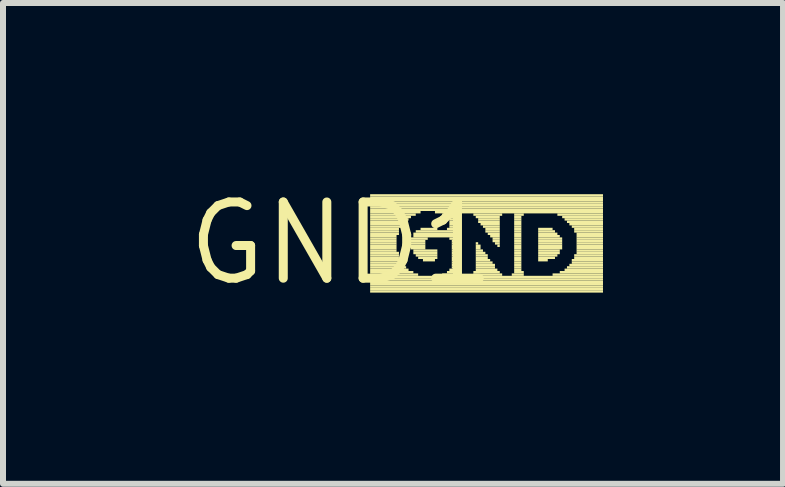
<source format=kicad_pcb>
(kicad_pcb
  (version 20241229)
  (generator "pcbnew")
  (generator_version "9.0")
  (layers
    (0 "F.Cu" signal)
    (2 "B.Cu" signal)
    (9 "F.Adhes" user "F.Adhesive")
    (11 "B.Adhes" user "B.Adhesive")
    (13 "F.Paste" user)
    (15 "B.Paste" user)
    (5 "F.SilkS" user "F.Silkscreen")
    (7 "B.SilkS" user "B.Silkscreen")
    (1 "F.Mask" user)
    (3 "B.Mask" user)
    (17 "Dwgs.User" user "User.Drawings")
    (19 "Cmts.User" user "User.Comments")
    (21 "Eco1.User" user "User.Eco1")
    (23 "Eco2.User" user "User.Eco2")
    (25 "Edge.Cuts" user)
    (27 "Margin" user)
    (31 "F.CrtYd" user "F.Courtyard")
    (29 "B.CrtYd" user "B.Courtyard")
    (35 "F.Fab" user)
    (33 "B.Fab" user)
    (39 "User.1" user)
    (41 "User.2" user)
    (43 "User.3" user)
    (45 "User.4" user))
  (footprint "GND1"
    (layer "F.Cu")
    (at 2.638 1.006)
    (property "Reference" "GND1" (at 0 0 0) (layer "F.SilkS") (effects (font (size 1.27 1.27) (thickness 0.15))))
    (fp_poly (pts (xy 0.48 -0.78) (xy 4.36 -0.78) (xy 4.36 -0.82) (xy 0.48 -0.82)) (stroke (width 0) (type solid)) (fill yes) (layer "F.SilkS"))
    (fp_poly (pts (xy 0.48 -0.74) (xy 4.36 -0.74) (xy 4.36 -0.78) (xy 0.48 -0.78)) (stroke (width 0) (type solid)) (fill yes) (layer "F.SilkS"))
    (fp_poly (pts (xy 0.48 -0.7) (xy 4.36 -0.7) (xy 4.36 -0.74) (xy 0.48 -0.74)) (stroke (width 0) (type solid)) (fill yes) (layer "F.SilkS"))
    (fp_poly (pts (xy 0.48 -0.66) (xy 4.36 -0.66) (xy 4.36 -0.7) (xy 0.48 -0.7)) (stroke (width 0) (type solid)) (fill yes) (layer "F.SilkS"))
    (fp_poly (pts (xy 0.48 -0.62) (xy 4.36 -0.62) (xy 4.36 -0.66) (xy 0.48 -0.66)) (stroke (width 0) (type solid)) (fill yes) (layer "F.SilkS"))
    (fp_poly (pts (xy 0.48 -0.58) (xy 4.36 -0.58) (xy 4.36 -0.62) (xy 0.48 -0.62)) (stroke (width 0) (type solid)) (fill yes) (layer "F.SilkS"))
    (fp_poly (pts (xy 0.48 -0.54) (xy 4.36 -0.54) (xy 4.36 -0.58) (xy 0.48 -0.58)) (stroke (width 0) (type solid)) (fill yes) (layer "F.SilkS"))
    (fp_poly (pts (xy 0.48 -0.5) (xy 1.32 -0.5) (xy 1.32 -0.54) (xy 0.48 -0.54)) (stroke (width 0) (type solid)) (fill yes) (layer "F.SilkS"))
    (fp_poly (pts (xy 0.48 -0.46) (xy 1.24 -0.46) (xy 1.24 -0.5) (xy 0.48 -0.5)) (stroke (width 0) (type solid)) (fill yes) (layer "F.SilkS"))
    (fp_poly (pts (xy 0.48 -0.42) (xy 1.16 -0.42) (xy 1.16 -0.46) (xy 0.48 -0.46)) (stroke (width 0) (type solid)) (fill yes) (layer "F.SilkS"))
    (fp_poly (pts (xy 0.48 -0.38) (xy 1.12 -0.38) (xy 1.12 -0.42) (xy 0.48 -0.42)) (stroke (width 0) (type solid)) (fill yes) (layer "F.SilkS"))
    (fp_poly (pts (xy 0.48 -0.34) (xy 1.04 -0.34) (xy 1.04 -0.38) (xy 0.48 -0.38)) (stroke (width 0) (type solid)) (fill yes) (layer "F.SilkS"))
    (fp_poly (pts (xy 0.48 -0.3) (xy 1.04 -0.3) (xy 1.04 -0.34) (xy 0.48 -0.34)) (stroke (width 0) (type solid)) (fill yes) (layer "F.SilkS"))
    (fp_poly (pts (xy 0.48 -0.26) (xy 1 -0.26) (xy 1 -0.3) (xy 0.48 -0.3)) (stroke (width 0) (type solid)) (fill yes) (layer "F.SilkS"))
    (fp_poly (pts (xy 0.48 -0.22) (xy 0.96 -0.22) (xy 0.96 -0.26) (xy 0.48 -0.26)) (stroke (width 0) (type solid)) (fill yes) (layer "F.SilkS"))
    (fp_poly (pts (xy 0.48 -0.18) (xy 0.96 -0.18) (xy 0.96 -0.22) (xy 0.48 -0.22)) (stroke (width 0) (type solid)) (fill yes) (layer "F.SilkS"))
    (fp_poly (pts (xy 0.48 -0.14) (xy 0.96 -0.14) (xy 0.96 -0.18) (xy 0.48 -0.18)) (stroke (width 0) (type solid)) (fill yes) (layer "F.SilkS"))
    (fp_poly (pts (xy 0.48 -0.1) (xy 0.92 -0.1) (xy 0.92 -0.14) (xy 0.48 -0.14)) (stroke (width 0) (type solid)) (fill yes) (layer "F.SilkS"))
    (fp_poly (pts (xy 0.48 -0.06) (xy 0.92 -0.06) (xy 0.92 -0.1) (xy 0.48 -0.1)) (stroke (width 0) (type solid)) (fill yes) (layer "F.SilkS"))
    (fp_poly (pts (xy 0.48 -0.02) (xy 0.92 -0.02) (xy 0.92 -0.06) (xy 0.48 -0.06)) (stroke (width 0) (type solid)) (fill yes) (layer "F.SilkS"))
    (fp_poly (pts (xy 0.48 0.02) (xy 0.92 0.02) (xy 0.92 -0.02) (xy 0.48 -0.02)) (stroke (width 0) (type solid)) (fill yes) (layer "F.SilkS"))
    (fp_poly (pts (xy 0.48 0.06) (xy 0.92 0.06) (xy 0.92 0.02) (xy 0.48 0.02)) (stroke (width 0) (type solid)) (fill yes) (layer "F.SilkS"))
    (fp_poly (pts (xy 0.48 0.1) (xy 0.92 0.1) (xy 0.92 0.06) (xy 0.48 0.06)) (stroke (width 0) (type solid)) (fill yes) (layer "F.SilkS"))
    (fp_poly (pts (xy 0.48 0.14) (xy 0.92 0.14) (xy 0.92 0.1) (xy 0.48 0.1)) (stroke (width 0) (type solid)) (fill yes) (layer "F.SilkS"))
    (fp_poly (pts (xy 0.48 0.18) (xy 0.96 0.18) (xy 0.96 0.14) (xy 0.48 0.14)) (stroke (width 0) (type solid)) (fill yes) (layer "F.SilkS"))
    (fp_poly (pts (xy 0.48 0.22) (xy 0.96 0.22) (xy 0.96 0.18) (xy 0.48 0.18)) (stroke (width 0) (type solid)) (fill yes) (layer "F.SilkS"))
    (fp_poly (pts (xy 0.48 0.26) (xy 0.96 0.26) (xy 0.96 0.22) (xy 0.48 0.22)) (stroke (width 0) (type solid)) (fill yes) (layer "F.SilkS"))
    (fp_poly (pts (xy 0.48 0.3) (xy 1 0.3) (xy 1 0.26) (xy 0.48 0.26)) (stroke (width 0) (type solid)) (fill yes) (layer "F.SilkS"))
    (fp_poly (pts (xy 0.48 0.34) (xy 1 0.34) (xy 1 0.3) (xy 0.48 0.3)) (stroke (width 0) (type solid)) (fill yes) (layer "F.SilkS"))
    (fp_poly (pts (xy 0.48 0.38) (xy 1.04 0.38) (xy 1.04 0.34) (xy 0.48 0.34)) (stroke (width 0) (type solid)) (fill yes) (layer "F.SilkS"))
    (fp_poly (pts (xy 0.48 0.42) (xy 1.08 0.42) (xy 1.08 0.38) (xy 0.48 0.38)) (stroke (width 0) (type solid)) (fill yes) (layer "F.SilkS"))
    (fp_poly (pts (xy 0.48 0.46) (xy 1.12 0.46) (xy 1.12 0.42) (xy 0.48 0.42)) (stroke (width 0) (type solid)) (fill yes) (layer "F.SilkS"))
    (fp_poly (pts (xy 0.48 0.5) (xy 1.2 0.5) (xy 1.2 0.46) (xy 0.48 0.46)) (stroke (width 0) (type solid)) (fill yes) (layer "F.SilkS"))
    (fp_poly (pts (xy 0.48 0.54) (xy 1.28 0.54) (xy 1.28 0.5) (xy 0.48 0.5)) (stroke (width 0) (type solid)) (fill yes) (layer "F.SilkS"))
    (fp_poly (pts (xy 0.48 0.58) (xy 4.36 0.58) (xy 4.36 0.54) (xy 0.48 0.54)) (stroke (width 0) (type solid)) (fill yes) (layer "F.SilkS"))
    (fp_poly (pts (xy 0.48 0.62) (xy 4.36 0.62) (xy 4.36 0.58) (xy 0.48 0.58)) (stroke (width 0) (type solid)) (fill yes) (layer "F.SilkS"))
    (fp_poly (pts (xy 0.48 0.66) (xy 4.36 0.66) (xy 4.36 0.62) (xy 0.48 0.62)) (stroke (width 0) (type solid)) (fill yes) (layer "F.SilkS"))
    (fp_poly (pts (xy 0.48 0.7) (xy 4.36 0.7) (xy 4.36 0.66) (xy 0.48 0.66)) (stroke (width 0) (type solid)) (fill yes) (layer "F.SilkS"))
    (fp_poly (pts (xy 0.48 0.74) (xy 4.36 0.74) (xy 4.36 0.7) (xy 0.48 0.7)) (stroke (width 0) (type solid)) (fill yes) (layer "F.SilkS"))
    (fp_poly (pts (xy 0.48 0.78) (xy 4.36 0.78) (xy 4.36 0.74) (xy 0.48 0.74)) (stroke (width 0) (type solid)) (fill yes) (layer "F.SilkS"))
    (fp_poly (pts (xy 0.48 0.82) (xy 4.36 0.82) (xy 4.36 0.78) (xy 0.48 0.78)) (stroke (width 0) (type solid)) (fill yes) (layer "F.SilkS"))
    (fp_poly (pts (xy 1.16 -0.06) (xy 1.44 -0.06) (xy 1.44 -0.1) (xy 1.16 -0.1)) (stroke (width 0) (type solid)) (fill yes) (layer "F.SilkS"))
    (fp_poly (pts (xy 1.16 -0.02) (xy 1.4 -0.02) (xy 1.4 -0.06) (xy 1.16 -0.06)) (stroke (width 0) (type solid)) (fill yes) (layer "F.SilkS"))
    (fp_poly (pts (xy 1.16 0.02) (xy 1.4 0.02) (xy 1.4 -0.02) (xy 1.16 -0.02)) (stroke (width 0) (type solid)) (fill yes) (layer "F.SilkS"))
    (fp_poly (pts (xy 1.16 0.06) (xy 1.4 0.06) (xy 1.4 0.02) (xy 1.16 0.02)) (stroke (width 0) (type solid)) (fill yes) (layer "F.SilkS"))
    (fp_poly (pts (xy 1.16 0.1) (xy 1.4 0.1) (xy 1.4 0.06) (xy 1.16 0.06)) (stroke (width 0) (type solid)) (fill yes) (layer "F.SilkS"))
    (fp_poly (pts (xy 1.2 -0.14) (xy 1.96 -0.14) (xy 1.96 -0.18) (xy 1.2 -0.18)) (stroke (width 0) (type solid)) (fill yes) (layer "F.SilkS"))
    (fp_poly (pts (xy 1.2 -0.1) (xy 1.96 -0.1) (xy 1.96 -0.14) (xy 1.2 -0.14)) (stroke (width 0) (type solid)) (fill yes) (layer "F.SilkS"))
    (fp_poly (pts (xy 1.2 0.14) (xy 1.6 0.14) (xy 1.6 0.1) (xy 1.2 0.1)) (stroke (width 0) (type solid)) (fill yes) (layer "F.SilkS"))
    (fp_poly (pts (xy 1.2 0.18) (xy 1.6 0.18) (xy 1.6 0.14) (xy 1.2 0.14)) (stroke (width 0) (type solid)) (fill yes) (layer "F.SilkS"))
    (fp_poly (pts (xy 1.24 -0.18) (xy 1.96 -0.18) (xy 1.96 -0.22) (xy 1.24 -0.22)) (stroke (width 0) (type solid)) (fill yes) (layer "F.SilkS"))
    (fp_poly (pts (xy 1.24 0.22) (xy 1.6 0.22) (xy 1.6 0.18) (xy 1.24 0.18)) (stroke (width 0) (type solid)) (fill yes) (layer "F.SilkS"))
    (fp_poly (pts (xy 1.28 0.26) (xy 1.6 0.26) (xy 1.6 0.22) (xy 1.28 0.22)) (stroke (width 0) (type solid)) (fill yes) (layer "F.SilkS"))
    (fp_poly (pts (xy 1.32 -0.22) (xy 1.6 -0.22) (xy 1.6 -0.26) (xy 1.32 -0.26)) (stroke (width 0) (type solid)) (fill yes) (layer "F.SilkS"))
    (fp_poly (pts (xy 1.36 0.3) (xy 1.56 0.3) (xy 1.56 0.26) (xy 1.36 0.26)) (stroke (width 0) (type solid)) (fill yes) (layer "F.SilkS"))
    (fp_poly (pts (xy 1.56 -0.5) (xy 4.36 -0.5) (xy 4.36 -0.54) (xy 1.56 -0.54)) (stroke (width 0) (type solid)) (fill yes) (layer "F.SilkS"))
    (fp_poly (pts (xy 1.68 -0.46) (xy 2 -0.46) (xy 2 -0.5) (xy 1.68 -0.5)) (stroke (width 0) (type solid)) (fill yes) (layer "F.SilkS"))
    (fp_poly (pts (xy 1.68 0.54) (xy 2 0.54) (xy 2 0.5) (xy 1.68 0.5)) (stroke (width 0) (type solid)) (fill yes) (layer "F.SilkS"))
    (fp_poly (pts (xy 1.76 -0.42) (xy 1.96 -0.42) (xy 1.96 -0.46) (xy 1.76 -0.46)) (stroke (width 0) (type solid)) (fill yes) (layer "F.SilkS"))
    (fp_poly (pts (xy 1.76 -0.22) (xy 1.96 -0.22) (xy 1.96 -0.26) (xy 1.76 -0.26)) (stroke (width 0) (type solid)) (fill yes) (layer "F.SilkS"))
    (fp_poly (pts (xy 1.76 0.5) (xy 2 0.5) (xy 2 0.46) (xy 1.76 0.46)) (stroke (width 0) (type solid)) (fill yes) (layer "F.SilkS"))
    (fp_poly (pts (xy 1.8 -0.38) (xy 1.96 -0.38) (xy 1.96 -0.42) (xy 1.8 -0.42)) (stroke (width 0) (type solid)) (fill yes) (layer "F.SilkS"))
    (fp_poly (pts (xy 1.8 -0.34) (xy 1.96 -0.34) (xy 1.96 -0.38) (xy 1.8 -0.38)) (stroke (width 0) (type solid)) (fill yes) (layer "F.SilkS"))
    (fp_poly (pts (xy 1.8 -0.3) (xy 1.96 -0.3) (xy 1.96 -0.34) (xy 1.8 -0.34)) (stroke (width 0) (type solid)) (fill yes) (layer "F.SilkS"))
    (fp_poly (pts (xy 1.8 -0.26) (xy 1.96 -0.26) (xy 1.96 -0.3) (xy 1.8 -0.3)) (stroke (width 0) (type solid)) (fill yes) (layer "F.SilkS"))
    (fp_poly (pts (xy 1.8 -0.06) (xy 1.96 -0.06) (xy 1.96 -0.1) (xy 1.8 -0.1)) (stroke (width 0) (type solid)) (fill yes) (layer "F.SilkS"))
    (fp_poly (pts (xy 1.8 0.46) (xy 1.96 0.46) (xy 1.96 0.42) (xy 1.8 0.42)) (stroke (width 0) (type solid)) (fill yes) (layer "F.SilkS"))
    (fp_poly (pts (xy 1.84 -0.02) (xy 1.96 -0.02) (xy 1.96 -0.06) (xy 1.84 -0.06)) (stroke (width 0) (type solid)) (fill yes) (layer "F.SilkS"))
    (fp_poly (pts (xy 1.84 0.02) (xy 1.96 0.02) (xy 1.96 -0.02) (xy 1.84 -0.02)) (stroke (width 0) (type solid)) (fill yes) (layer "F.SilkS"))
    (fp_poly (pts (xy 1.84 0.06) (xy 1.96 0.06) (xy 1.96 0.02) (xy 1.84 0.02)) (stroke (width 0) (type solid)) (fill yes) (layer "F.SilkS"))
    (fp_poly (pts (xy 1.84 0.1) (xy 1.96 0.1) (xy 1.96 0.06) (xy 1.84 0.06)) (stroke (width 0) (type solid)) (fill yes) (layer "F.SilkS"))
    (fp_poly (pts (xy 1.84 0.14) (xy 1.96 0.14) (xy 1.96 0.1) (xy 1.84 0.1)) (stroke (width 0) (type solid)) (fill yes) (layer "F.SilkS"))
    (fp_poly (pts (xy 1.84 0.18) (xy 1.96 0.18) (xy 1.96 0.14) (xy 1.84 0.14)) (stroke (width 0) (type solid)) (fill yes) (layer "F.SilkS"))
    (fp_poly (pts (xy 1.84 0.22) (xy 1.96 0.22) (xy 1.96 0.18) (xy 1.84 0.18)) (stroke (width 0) (type solid)) (fill yes) (layer "F.SilkS"))
    (fp_poly (pts (xy 1.84 0.26) (xy 1.96 0.26) (xy 1.96 0.22) (xy 1.84 0.22)) (stroke (width 0) (type solid)) (fill yes) (layer "F.SilkS"))
    (fp_poly (pts (xy 1.84 0.3) (xy 1.96 0.3) (xy 1.96 0.26) (xy 1.84 0.26)) (stroke (width 0) (type solid)) (fill yes) (layer "F.SilkS"))
    (fp_poly (pts (xy 1.84 0.34) (xy 1.96 0.34) (xy 1.96 0.3) (xy 1.84 0.3)) (stroke (width 0) (type solid)) (fill yes) (layer "F.SilkS"))
    (fp_poly (pts (xy 1.84 0.38) (xy 1.96 0.38) (xy 1.96 0.34) (xy 1.84 0.34)) (stroke (width 0) (type solid)) (fill yes) (layer "F.SilkS"))
    (fp_poly (pts (xy 1.84 0.42) (xy 1.96 0.42) (xy 1.96 0.38) (xy 1.84 0.38)) (stroke (width 0) (type solid)) (fill yes) (layer "F.SilkS"))
    (fp_poly (pts (xy 2.2 -0.46) (xy 2.68 -0.46) (xy 2.68 -0.5) (xy 2.2 -0.5)) (stroke (width 0) (type solid)) (fill yes) (layer "F.SilkS"))
    (fp_poly (pts (xy 2.2 0.5) (xy 2.64 0.5) (xy 2.64 0.46) (xy 2.2 0.46)) (stroke (width 0) (type solid)) (fill yes) (layer "F.SilkS"))
    (fp_poly (pts (xy 2.2 0.54) (xy 2.68 0.54) (xy 2.68 0.5) (xy 2.2 0.5)) (stroke (width 0) (type solid)) (fill yes) (layer "F.SilkS"))
    (fp_poly (pts (xy 2.24 -0.42) (xy 2.64 -0.42) (xy 2.64 -0.46) (xy 2.24 -0.46)) (stroke (width 0) (type solid)) (fill yes) (layer "F.SilkS"))
    (fp_poly (pts (xy 2.24 0.02) (xy 2.28 0.02) (xy 2.28 -0.02) (xy 2.24 -0.02)) (stroke (width 0) (type solid)) (fill yes) (layer "F.SilkS"))
    (fp_poly (pts (xy 2.24 0.06) (xy 2.32 0.06) (xy 2.32 0.02) (xy 2.24 0.02)) (stroke (width 0) (type solid)) (fill yes) (layer "F.SilkS"))
    (fp_poly (pts (xy 2.24 0.1) (xy 2.32 0.1) (xy 2.32 0.06) (xy 2.24 0.06)) (stroke (width 0) (type solid)) (fill yes) (layer "F.SilkS"))
    (fp_poly (pts (xy 2.24 0.14) (xy 2.36 0.14) (xy 2.36 0.1) (xy 2.24 0.1)) (stroke (width 0) (type solid)) (fill yes) (layer "F.SilkS"))
    (fp_poly (pts (xy 2.24 0.18) (xy 2.4 0.18) (xy 2.4 0.14) (xy 2.24 0.14)) (stroke (width 0) (type solid)) (fill yes) (layer "F.SilkS"))
    (fp_poly (pts (xy 2.24 0.22) (xy 2.44 0.22) (xy 2.44 0.18) (xy 2.24 0.18)) (stroke (width 0) (type solid)) (fill yes) (layer "F.SilkS"))
    (fp_poly (pts (xy 2.24 0.26) (xy 2.44 0.26) (xy 2.44 0.22) (xy 2.24 0.22)) (stroke (width 0) (type solid)) (fill yes) (layer "F.SilkS"))
    (fp_poly (pts (xy 2.24 0.3) (xy 2.48 0.3) (xy 2.48 0.26) (xy 2.24 0.26)) (stroke (width 0) (type solid)) (fill yes) (layer "F.SilkS"))
    (fp_poly (pts (xy 2.24 0.34) (xy 2.52 0.34) (xy 2.52 0.3) (xy 2.24 0.3)) (stroke (width 0) (type solid)) (fill yes) (layer "F.SilkS"))
    (fp_poly (pts (xy 2.24 0.38) (xy 2.56 0.38) (xy 2.56 0.34) (xy 2.24 0.34)) (stroke (width 0) (type solid)) (fill yes) (layer "F.SilkS"))
    (fp_poly (pts (xy 2.24 0.42) (xy 2.56 0.42) (xy 2.56 0.38) (xy 2.24 0.38)) (stroke (width 0) (type solid)) (fill yes) (layer "F.SilkS"))
    (fp_poly (pts (xy 2.24 0.46) (xy 2.6 0.46) (xy 2.6 0.42) (xy 2.24 0.42)) (stroke (width 0) (type solid)) (fill yes) (layer "F.SilkS"))
    (fp_poly (pts (xy 2.28 -0.38) (xy 2.64 -0.38) (xy 2.64 -0.42) (xy 2.28 -0.42)) (stroke (width 0) (type solid)) (fill yes) (layer "F.SilkS"))
    (fp_poly (pts (xy 2.28 -0.34) (xy 2.64 -0.34) (xy 2.64 -0.38) (xy 2.28 -0.38)) (stroke (width 0) (type solid)) (fill yes) (layer "F.SilkS"))
    (fp_poly (pts (xy 2.32 -0.3) (xy 2.64 -0.3) (xy 2.64 -0.34) (xy 2.32 -0.34)) (stroke (width 0) (type solid)) (fill yes) (layer "F.SilkS"))
    (fp_poly (pts (xy 2.36 -0.26) (xy 2.64 -0.26) (xy 2.64 -0.3) (xy 2.36 -0.3)) (stroke (width 0) (type solid)) (fill yes) (layer "F.SilkS"))
    (fp_poly (pts (xy 2.4 -0.22) (xy 2.64 -0.22) (xy 2.64 -0.26) (xy 2.4 -0.26)) (stroke (width 0) (type solid)) (fill yes) (layer "F.SilkS"))
    (fp_poly (pts (xy 2.4 -0.18) (xy 2.64 -0.18) (xy 2.64 -0.22) (xy 2.4 -0.22)) (stroke (width 0) (type solid)) (fill yes) (layer "F.SilkS"))
    (fp_poly (pts (xy 2.44 -0.14) (xy 2.64 -0.14) (xy 2.64 -0.18) (xy 2.44 -0.18)) (stroke (width 0) (type solid)) (fill yes) (layer "F.SilkS"))
    (fp_poly (pts (xy 2.48 -0.1) (xy 2.64 -0.1) (xy 2.64 -0.14) (xy 2.48 -0.14)) (stroke (width 0) (type solid)) (fill yes) (layer "F.SilkS"))
    (fp_poly (pts (xy 2.52 -0.06) (xy 2.64 -0.06) (xy 2.64 -0.1) (xy 2.52 -0.1)) (stroke (width 0) (type solid)) (fill yes) (layer "F.SilkS"))
    (fp_poly (pts (xy 2.52 -0.02) (xy 2.64 -0.02) (xy 2.64 -0.06) (xy 2.52 -0.06)) (stroke (width 0) (type solid)) (fill yes) (layer "F.SilkS"))
    (fp_poly (pts (xy 2.56 0.02) (xy 2.64 0.02) (xy 2.64 -0.02) (xy 2.56 -0.02)) (stroke (width 0) (type solid)) (fill yes) (layer "F.SilkS"))
    (fp_poly (pts (xy 2.6 0.06) (xy 2.64 0.06) (xy 2.64 0.02) (xy 2.6 0.02)) (stroke (width 0) (type solid)) (fill yes) (layer "F.SilkS"))
    (fp_poly (pts (xy 2.84 0.54) (xy 3.04 0.54) (xy 3.04 0.5) (xy 2.84 0.5)) (stroke (width 0) (type solid)) (fill yes) (layer "F.SilkS"))
    (fp_poly (pts (xy 2.88 -0.46) (xy 3.04 -0.46) (xy 3.04 -0.5) (xy 2.88 -0.5)) (stroke (width 0) (type solid)) (fill yes) (layer "F.SilkS"))
    (fp_poly (pts (xy 2.88 -0.42) (xy 3 -0.42) (xy 3 -0.46) (xy 2.88 -0.46)) (stroke (width 0) (type solid)) (fill yes) (layer "F.SilkS"))
    (fp_poly (pts (xy 2.88 -0.38) (xy 3 -0.38) (xy 3 -0.42) (xy 2.88 -0.42)) (stroke (width 0) (type solid)) (fill yes) (layer "F.SilkS"))
    (fp_poly (pts (xy 2.88 -0.34) (xy 3 -0.34) (xy 3 -0.38) (xy 2.88 -0.38)) (stroke (width 0) (type solid)) (fill yes) (layer "F.SilkS"))
    (fp_poly (pts (xy 2.88 -0.3) (xy 3 -0.3) (xy 3 -0.34) (xy 2.88 -0.34)) (stroke (width 0) (type solid)) (fill yes) (layer "F.SilkS"))
    (fp_poly (pts (xy 2.88 -0.26) (xy 3 -0.26) (xy 3 -0.3) (xy 2.88 -0.3)) (stroke (width 0) (type solid)) (fill yes) (layer "F.SilkS"))
    (fp_poly (pts (xy 2.88 -0.22) (xy 3 -0.22) (xy 3 -0.26) (xy 2.88 -0.26)) (stroke (width 0) (type solid)) (fill yes) (layer "F.SilkS"))
    (fp_poly (pts (xy 2.88 -0.18) (xy 3 -0.18) (xy 3 -0.22) (xy 2.88 -0.22)) (stroke (width 0) (type solid)) (fill yes) (layer "F.SilkS"))
    (fp_poly (pts (xy 2.88 -0.14) (xy 3 -0.14) (xy 3 -0.18) (xy 2.88 -0.18)) (stroke (width 0) (type solid)) (fill yes) (layer "F.SilkS"))
    (fp_poly (pts (xy 2.88 -0.1) (xy 3 -0.1) (xy 3 -0.14) (xy 2.88 -0.14)) (stroke (width 0) (type solid)) (fill yes) (layer "F.SilkS"))
    (fp_poly (pts (xy 2.88 -0.06) (xy 3 -0.06) (xy 3 -0.1) (xy 2.88 -0.1)) (stroke (width 0) (type solid)) (fill yes) (layer "F.SilkS"))
    (fp_poly (pts (xy 2.88 -0.02) (xy 3 -0.02) (xy 3 -0.06) (xy 2.88 -0.06)) (stroke (width 0) (type solid)) (fill yes) (layer "F.SilkS"))
    (fp_poly (pts (xy 2.88 0.02) (xy 3 0.02) (xy 3 -0.02) (xy 2.88 -0.02)) (stroke (width 0) (type solid)) (fill yes) (layer "F.SilkS"))
    (fp_poly (pts (xy 2.88 0.06) (xy 3 0.06) (xy 3 0.02) (xy 2.88 0.02)) (stroke (width 0) (type solid)) (fill yes) (layer "F.SilkS"))
    (fp_poly (pts (xy 2.88 0.1) (xy 3 0.1) (xy 3 0.06) (xy 2.88 0.06)) (stroke (width 0) (type solid)) (fill yes) (layer "F.SilkS"))
    (fp_poly (pts (xy 2.88 0.14) (xy 3 0.14) (xy 3 0.1) (xy 2.88 0.1)) (stroke (width 0) (type solid)) (fill yes) (layer "F.SilkS"))
    (fp_poly (pts (xy 2.88 0.18) (xy 3 0.18) (xy 3 0.14) (xy 2.88 0.14)) (stroke (width 0) (type solid)) (fill yes) (layer "F.SilkS"))
    (fp_poly (pts (xy 2.88 0.22) (xy 3 0.22) (xy 3 0.18) (xy 2.88 0.18)) (stroke (width 0) (type solid)) (fill yes) (layer "F.SilkS"))
    (fp_poly (pts (xy 2.88 0.26) (xy 3 0.26) (xy 3 0.22) (xy 2.88 0.22)) (stroke (width 0) (type solid)) (fill yes) (layer "F.SilkS"))
    (fp_poly (pts (xy 2.88 0.3) (xy 3 0.3) (xy 3 0.26) (xy 2.88 0.26)) (stroke (width 0) (type solid)) (fill yes) (layer "F.SilkS"))
    (fp_poly (pts (xy 2.88 0.34) (xy 3 0.34) (xy 3 0.3) (xy 2.88 0.3)) (stroke (width 0) (type solid)) (fill yes) (layer "F.SilkS"))
    (fp_poly (pts (xy 2.88 0.38) (xy 3 0.38) (xy 3 0.34) (xy 2.88 0.34)) (stroke (width 0) (type solid)) (fill yes) (layer "F.SilkS"))
    (fp_poly (pts (xy 2.88 0.42) (xy 3 0.42) (xy 3 0.38) (xy 2.88 0.38)) (stroke (width 0) (type solid)) (fill yes) (layer "F.SilkS"))
    (fp_poly (pts (xy 2.88 0.46) (xy 3 0.46) (xy 3 0.42) (xy 2.88 0.42)) (stroke (width 0) (type solid)) (fill yes) (layer "F.SilkS"))
    (fp_poly (pts (xy 2.88 0.5) (xy 3.04 0.5) (xy 3.04 0.46) (xy 2.88 0.46)) (stroke (width 0) (type solid)) (fill yes) (layer "F.SilkS"))
    (fp_poly (pts (xy 3.28 -0.22) (xy 3.52 -0.22) (xy 3.52 -0.26) (xy 3.28 -0.26)) (stroke (width 0) (type solid)) (fill yes) (layer "F.SilkS"))
    (fp_poly (pts (xy 3.28 -0.18) (xy 3.56 -0.18) (xy 3.56 -0.22) (xy 3.28 -0.22)) (stroke (width 0) (type solid)) (fill yes) (layer "F.SilkS"))
    (fp_poly (pts (xy 3.28 -0.14) (xy 3.6 -0.14) (xy 3.6 -0.18) (xy 3.28 -0.18)) (stroke (width 0) (type solid)) (fill yes) (layer "F.SilkS"))
    (fp_poly (pts (xy 3.28 -0.1) (xy 3.64 -0.1) (xy 3.64 -0.14) (xy 3.28 -0.14)) (stroke (width 0) (type solid)) (fill yes) (layer "F.SilkS"))
    (fp_poly (pts (xy 3.28 -0.06) (xy 3.68 -0.06) (xy 3.68 -0.1) (xy 3.28 -0.1)) (stroke (width 0) (type solid)) (fill yes) (layer "F.SilkS"))
    (fp_poly (pts (xy 3.28 -0.02) (xy 3.68 -0.02) (xy 3.68 -0.06) (xy 3.28 -0.06)) (stroke (width 0) (type solid)) (fill yes) (layer "F.SilkS"))
    (fp_poly (pts (xy 3.28 0.02) (xy 3.68 0.02) (xy 3.68 -0.02) (xy 3.28 -0.02)) (stroke (width 0) (type solid)) (fill yes) (layer "F.SilkS"))
    (fp_poly (pts (xy 3.28 0.06) (xy 3.68 0.06) (xy 3.68 0.02) (xy 3.28 0.02)) (stroke (width 0) (type solid)) (fill yes) (layer "F.SilkS"))
    (fp_poly (pts (xy 3.28 0.1) (xy 3.68 0.1) (xy 3.68 0.06) (xy 3.28 0.06)) (stroke (width 0) (type solid)) (fill yes) (layer "F.SilkS"))
    (fp_poly (pts (xy 3.28 0.14) (xy 3.64 0.14) (xy 3.64 0.1) (xy 3.28 0.1)) (stroke (width 0) (type solid)) (fill yes) (layer "F.SilkS"))
    (fp_poly (pts (xy 3.28 0.18) (xy 3.64 0.18) (xy 3.64 0.14) (xy 3.28 0.14)) (stroke (width 0) (type solid)) (fill yes) (layer "F.SilkS"))
    (fp_poly (pts (xy 3.28 0.22) (xy 3.6 0.22) (xy 3.6 0.18) (xy 3.28 0.18)) (stroke (width 0) (type solid)) (fill yes) (layer "F.SilkS"))
    (fp_poly (pts (xy 3.28 0.26) (xy 3.56 0.26) (xy 3.56 0.22) (xy 3.28 0.22)) (stroke (width 0) (type solid)) (fill yes) (layer "F.SilkS"))
    (fp_poly (pts (xy 3.28 0.3) (xy 3.44 0.3) (xy 3.44 0.26) (xy 3.28 0.26)) (stroke (width 0) (type solid)) (fill yes) (layer "F.SilkS"))
    (fp_poly (pts (xy 3.52 0.54) (xy 4.36 0.54) (xy 4.36 0.5) (xy 3.52 0.5)) (stroke (width 0) (type solid)) (fill yes) (layer "F.SilkS"))
    (fp_poly (pts (xy 3.6 -0.46) (xy 4.36 -0.46) (xy 4.36 -0.5) (xy 3.6 -0.5)) (stroke (width 0) (type solid)) (fill yes) (layer "F.SilkS"))
    (fp_poly (pts (xy 3.64 0.5) (xy 4.36 0.5) (xy 4.36 0.46) (xy 3.64 0.46)) (stroke (width 0) (type solid)) (fill yes) (layer "F.SilkS"))
    (fp_poly (pts (xy 3.68 -0.42) (xy 4.36 -0.42) (xy 4.36 -0.46) (xy 3.68 -0.46)) (stroke (width 0) (type solid)) (fill yes) (layer "F.SilkS"))
    (fp_poly (pts (xy 3.72 -0.38) (xy 4.36 -0.38) (xy 4.36 -0.42) (xy 3.72 -0.42)) (stroke (width 0) (type solid)) (fill yes) (layer "F.SilkS"))
    (fp_poly (pts (xy 3.72 0.46) (xy 4.36 0.46) (xy 4.36 0.42) (xy 3.72 0.42)) (stroke (width 0) (type solid)) (fill yes) (layer "F.SilkS"))
    (fp_poly (pts (xy 3.76 -0.34) (xy 4.36 -0.34) (xy 4.36 -0.38) (xy 3.76 -0.38)) (stroke (width 0) (type solid)) (fill yes) (layer "F.SilkS"))
    (fp_poly (pts (xy 3.76 0.42) (xy 4.36 0.42) (xy 4.36 0.38) (xy 3.76 0.38)) (stroke (width 0) (type solid)) (fill yes) (layer "F.SilkS"))
    (fp_poly (pts (xy 3.8 -0.3) (xy 4.36 -0.3) (xy 4.36 -0.34) (xy 3.8 -0.34)) (stroke (width 0) (type solid)) (fill yes) (layer "F.SilkS"))
    (fp_poly (pts (xy 3.8 0.38) (xy 4.36 0.38) (xy 4.36 0.34) (xy 3.8 0.34)) (stroke (width 0) (type solid)) (fill yes) (layer "F.SilkS"))
    (fp_poly (pts (xy 3.84 -0.26) (xy 4.36 -0.26) (xy 4.36 -0.3) (xy 3.84 -0.3)) (stroke (width 0) (type solid)) (fill yes) (layer "F.SilkS"))
    (fp_poly (pts (xy 3.84 0.3) (xy 4.36 0.3) (xy 4.36 0.26) (xy 3.84 0.26)) (stroke (width 0) (type solid)) (fill yes) (layer "F.SilkS"))
    (fp_poly (pts (xy 3.84 0.34) (xy 4.36 0.34) (xy 4.36 0.3) (xy 3.84 0.3)) (stroke (width 0) (type solid)) (fill yes) (layer "F.SilkS"))
    (fp_poly (pts (xy 3.88 -0.22) (xy 4.36 -0.22) (xy 4.36 -0.26) (xy 3.88 -0.26)) (stroke (width 0) (type solid)) (fill yes) (layer "F.SilkS"))
    (fp_poly (pts (xy 3.88 -0.18) (xy 4.36 -0.18) (xy 4.36 -0.22) (xy 3.88 -0.22)) (stroke (width 0) (type solid)) (fill yes) (layer "F.SilkS"))
    (fp_poly (pts (xy 3.88 0.22) (xy 4.36 0.22) (xy 4.36 0.18) (xy 3.88 0.18)) (stroke (width 0) (type solid)) (fill yes) (layer "F.SilkS"))
    (fp_poly (pts (xy 3.88 0.26) (xy 4.36 0.26) (xy 4.36 0.22) (xy 3.88 0.22)) (stroke (width 0) (type solid)) (fill yes) (layer "F.SilkS"))
    (fp_poly (pts (xy 3.92 -0.14) (xy 4.36 -0.14) (xy 4.36 -0.18) (xy 3.92 -0.18)) (stroke (width 0) (type solid)) (fill yes) (layer "F.SilkS"))
    (fp_poly (pts (xy 3.92 -0.1) (xy 4.36 -0.1) (xy 4.36 -0.14) (xy 3.92 -0.14)) (stroke (width 0) (type solid)) (fill yes) (layer "F.SilkS"))
    (fp_poly (pts (xy 3.92 -0.06) (xy 4.36 -0.06) (xy 4.36 -0.1) (xy 3.92 -0.1)) (stroke (width 0) (type solid)) (fill yes) (layer "F.SilkS"))
    (fp_poly (pts (xy 3.92 -0.02) (xy 4.36 -0.02) (xy 4.36 -0.06) (xy 3.92 -0.06)) (stroke (width 0) (type solid)) (fill yes) (layer "F.SilkS"))
    (fp_poly (pts (xy 3.92 0.02) (xy 4.36 0.02) (xy 4.36 -0.02) (xy 3.92 -0.02)) (stroke (width 0) (type solid)) (fill yes) (layer "F.SilkS"))
    (fp_poly (pts (xy 3.92 0.06) (xy 4.36 0.06) (xy 4.36 0.02) (xy 3.92 0.02)) (stroke (width 0) (type solid)) (fill yes) (layer "F.SilkS"))
    (fp_poly (pts (xy 3.92 0.1) (xy 4.36 0.1) (xy 4.36 0.06) (xy 3.92 0.06)) (stroke (width 0) (type solid)) (fill yes) (layer "F.SilkS"))
    (fp_poly (pts (xy 3.92 0.14) (xy 4.36 0.14) (xy 4.36 0.1) (xy 3.92 0.1)) (stroke (width 0) (type solid)) (fill yes) (layer "F.SilkS"))
    (fp_poly (pts (xy 3.92 0.18) (xy 4.36 0.18) (xy 4.36 0.14) (xy 3.92 0.14)) (stroke (width 0) (type solid)) (fill yes) (layer "F.SilkS")))
  (gr_rect
    (start -3 -3)
    (end 9.998 5.012)
    (stroke (width 0.1) (type default))
    (fill no)
    (layer "Edge.Cuts")))
</source>
